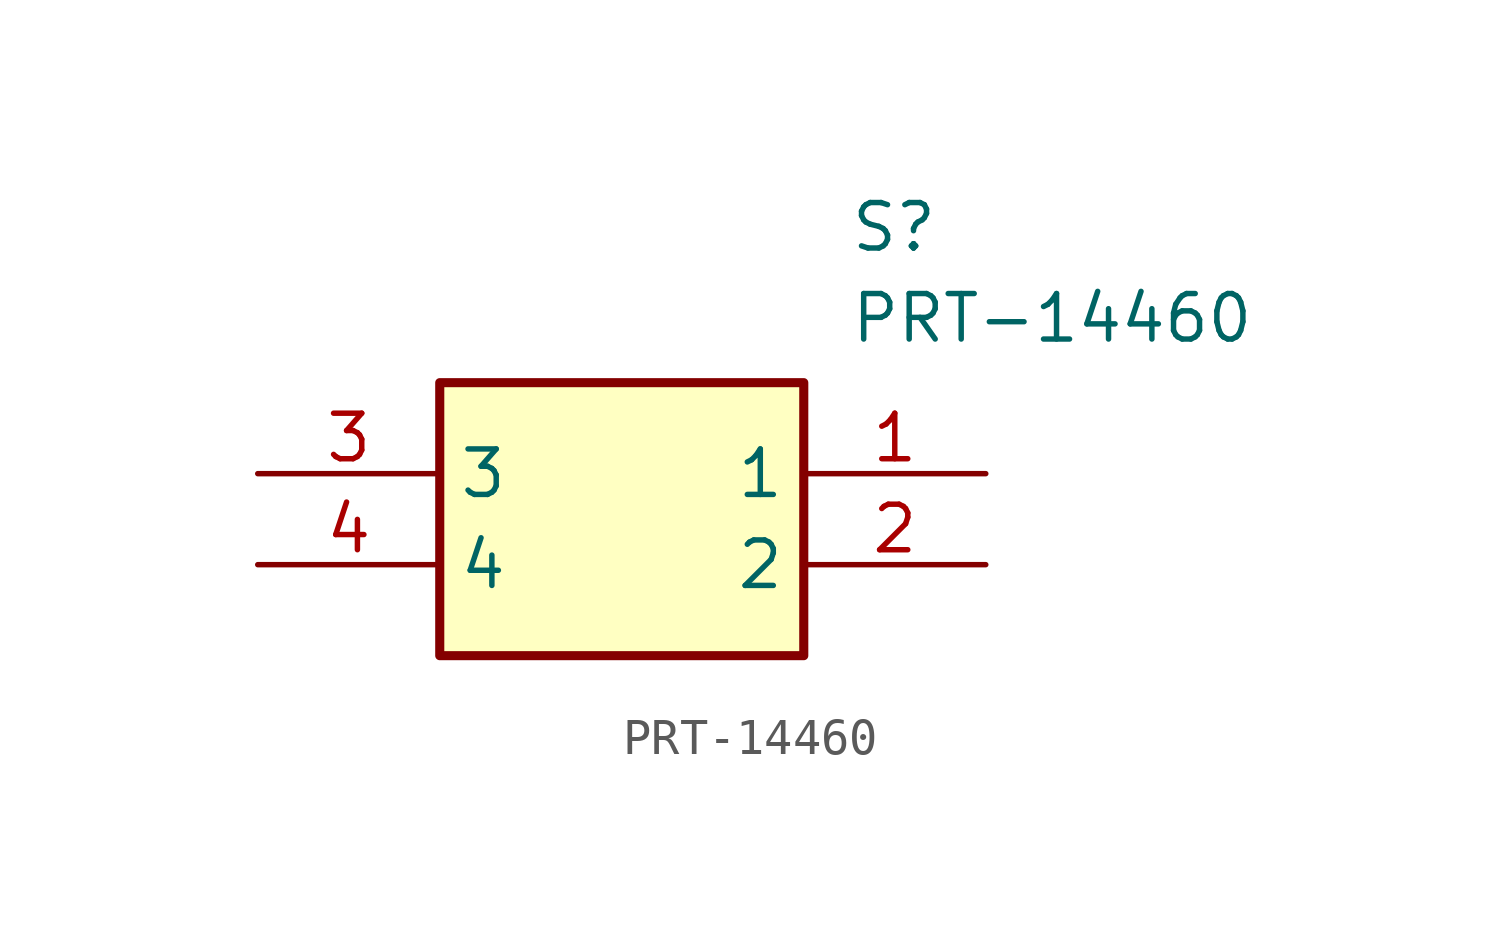
<source format=kicad_sym>
(kicad_symbol_lib
  (version 20211014)
  (generator SamacSys_ECAD_Model)
  (symbol "PRT-14460"
    (property "Reference" "S"
      (at 16.51 7.62 0)
      (effects (font (size 1.27 1.27)) (justify left top)))
    (property "Value" "PRT-14460"
      (at 16.51 5.08 0)
      (effects (font (size 1.27 1.27)) (justify left top)))
    (rectangle
      (start 5.08 2.54)
      (end 15.24 -5.08)
      (stroke (width 0.254) (type default))
      (fill (type background)))
    (pin passive line
      (at 20.32 0 180)
      (length 5.08)
      (name "1" (effects (font (size 1.27 1.27))))
      (number "1" (effects (font (size 1.27 1.27)))))
    (pin passive line
      (at 20.32 -2.54 180)
      (length 5.08)
      (name "2" (effects (font (size 1.27 1.27))))
      (number "2" (effects (font (size 1.27 1.27)))))
    (pin passive line
      (at 0 0 0)
      (length 5.08)
      (name "3" (effects (font (size 1.27 1.27))))
      (number "3" (effects (font (size 1.27 1.27)))))
    (pin passive line
      (at 0 -2.54 0)
      (length 5.08)
      (name "4" (effects (font (size 1.27 1.27))))
      (number "4" (effects (font (size 1.27 1.27)))))))
</source>
